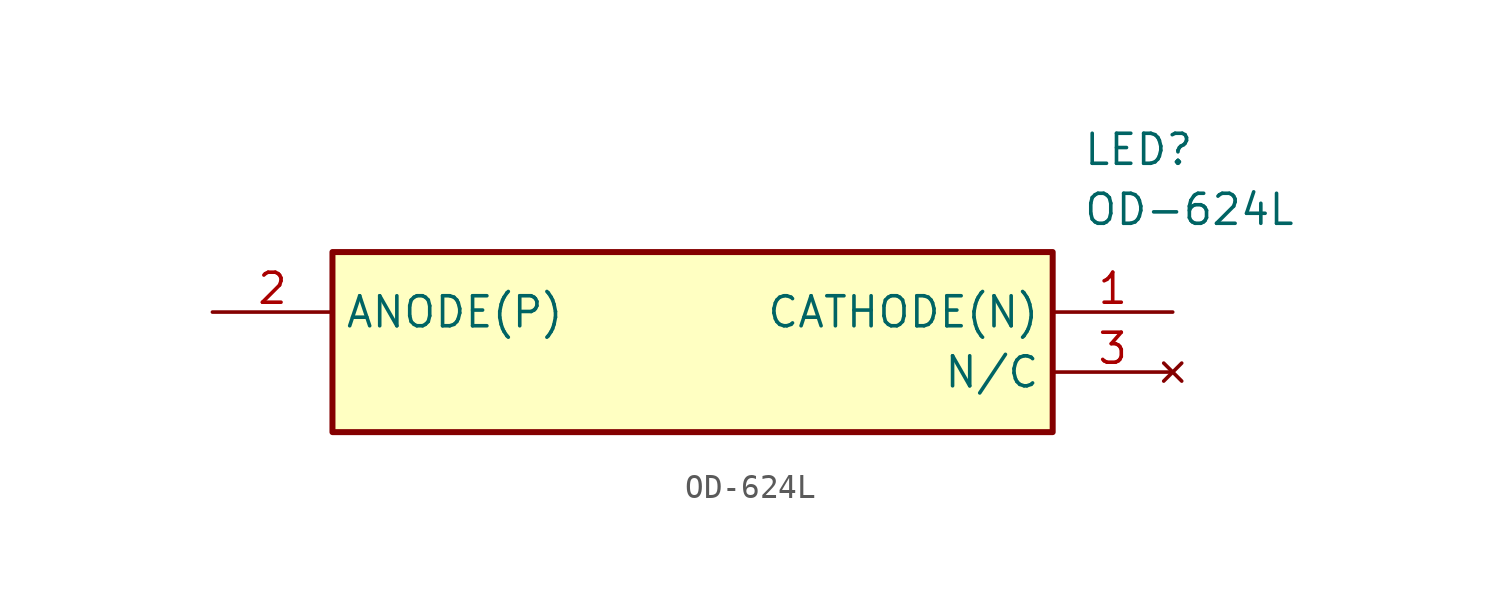
<source format=kicad_sym>
(kicad_symbol_lib
  (version 20231120)
  (generator "kicad_symbol_editor")
  (generator_version "8.0")
  (symbol "OD-624L"
    (property "Reference" "LED"
      (at 36.83 7.62 0)
      (effects (font (size 1.27 1.27)) (justify left top)))
    (property "Value" "OD-624L"
      (at 36.83 5.08 0)
      (effects (font (size 1.27 1.27)) (justify left top)))
    (symbol "OD-624L_1_1"
      (rectangle (start 5.08 2.54) (end 35.56 -5.08) (stroke (width 0.254) (type default)) (fill (type background)))
      (pin passive line (at 40.64 0 180) (length 5.08) (name "CATHODE(N)" (effects (font (size 1.27 1.27)))) (number "1" (effects (font (size 1.27 1.27)))))
      (pin passive line (at 0 0 0) (length 5.08) (name "ANODE(P)" (effects (font (size 1.27 1.27)))) (number "2" (effects (font (size 1.27 1.27)))))
      (pin no_connect line (at 40.64 -2.54 180) (length 5.08) (name "N/C" (effects (font (size 1.27 1.27)))) (number "3" (effects (font (size 1.27 1.27))))))))
</source>
